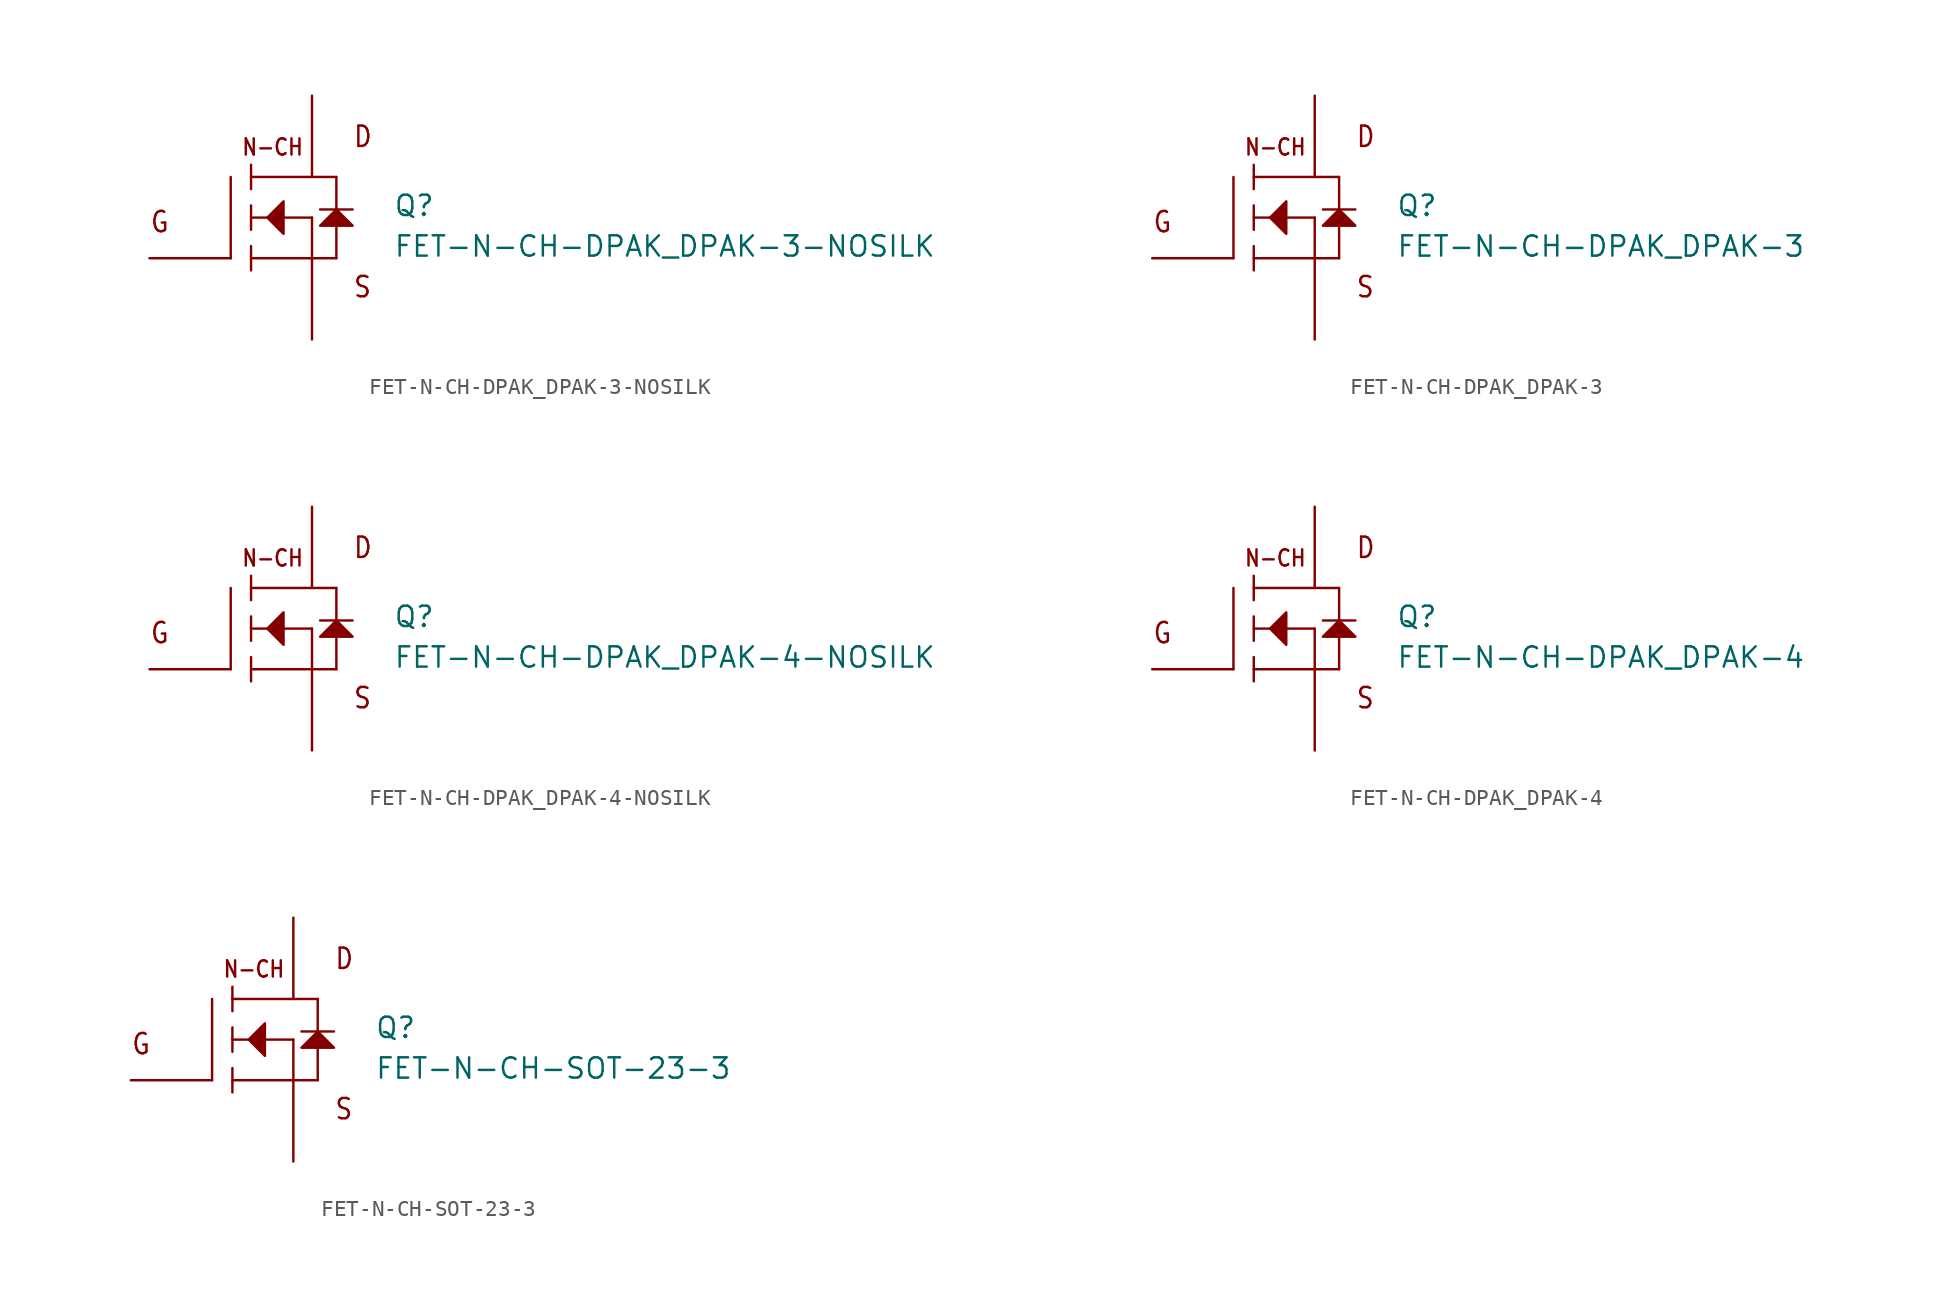
<source format=kicad_sym>
(kicad_symbol_lib
  (version 20211014)
  (generator kicad_symbol_editor)
  (symbol "FET-N-CH-DPAK_DPAK-3-NOSILK"
    (pin_numbers hide)
    (pin_names hide)
    (property "Reference" "Q"
      (at 7.62 0 0)
      (effects (font (size 1.27 1.27)) (justify left bottom)))
    (property "Value" "FET-N-CH-DPAK_DPAK-3-NOSILK"
      (at 7.62 -2.54 0)
      (effects (font (size 1.27 1.27)) (justify left bottom)))
    (property "Datasheet" ""
      (at 0 0 0))
    (property "ki_fp_filters" "FlashPCB_Transistors:DPAK_TO-252-3_NOSILK"
      (at 0 0 0))
    (symbol "FET-N-CH-DPAK_DPAK-3-NOSILK_1_1"
      (text "G" (at -7.62 -1.016 0) (effects (font (size 1.27 1.086)) (justify left bottom)))
      (text "D" (at 5.08 4.318 0) (effects (font (size 1.27 1.086)) (justify left bottom)))
      (text "S" (at 5.08 -5.08 0) (effects (font (size 1.27 1.086)) (justify left bottom)))
      (text "N-CH" (at -1.905 3.81 0) (effects (font (size 1.016 0.869)) (justify left bottom)))
      (polyline (pts (xy -0.254 0) (xy 0.762 1.016) (xy 0.762 -1.016) (xy -0.254 0)) (stroke (width 0.152) (type default)) (fill (type outline)))
      (polyline (pts (xy 3.048 -0.508) (xy 5.08 -0.508) (xy 4.064 0.508) (xy 3.048 -0.508)) (stroke (width 0.152) (type default)) (fill (type outline)))
      (polyline (pts (xy -2.54 -2.54) (xy -2.54 2.54)) (stroke (width 0.152)) (fill (type none)))
      (polyline (pts (xy 2.54 -2.54) (xy -1.27 -2.54)) (stroke (width 0.152)) (fill (type none)))
      (polyline (pts (xy 2.54 -2.54) (xy 2.54 0)) (stroke (width 0.152)) (fill (type none)))
      (polyline (pts (xy 2.54 0) (xy -1.27 0)) (stroke (width 0.152)) (fill (type none)))
      (polyline (pts (xy 4.064 2.54) (xy -1.27 2.54)) (stroke (width 0.152)) (fill (type none)))
      (polyline (pts (xy -1.27 3.302) (xy -1.27 1.778)) (stroke (width 0.152)) (fill (type none)))
      (polyline (pts (xy -1.27 0.762) (xy -1.27 -0.762)) (stroke (width 0.152)) (fill (type none)))
      (polyline (pts (xy -1.27 -1.778) (xy -1.27 -3.302)) (stroke (width 0.152)) (fill (type none)))
      (polyline (pts (xy 2.54 -2.54) (xy 4.064 -2.54)) (stroke (width 0.152)) (fill (type none)))
      (polyline (pts (xy 4.064 -2.54) (xy 4.064 2.54)) (stroke (width 0.152)) (fill (type none)))
      (polyline (pts (xy 3.048 0.508) (xy 5.08 0.508)) (stroke (width 0.152)) (fill (type none)))
      (circle private (center 0 0) (radius 5.68) (stroke (width 0.152) (type default)) (fill (type none)))
      (pin bidirectional line (at -7.62 -2.54 0) (length 5.08) (name "GATE" (effects (font (size 0 0)))) (number "1" (effects (font (size 0 0)))))
      (pin bidirectional line (at 2.54 -7.62 90) (length 5.08) (name "SOURCE" (effects (font (size 0 0)))) (number "3" (effects (font (size 0 0)))))
      (pin bidirectional line (at 2.54 7.62 270) (length 5.08) (name "DRAIN" (effects (font (size 0 0)))) (number "4" (effects (font (size 0 0)))))))
  (symbol "FET-N-CH-DPAK_DPAK-3"
    (pin_numbers hide)
    (pin_names hide)
    (property "Reference" "Q"
      (at 7.62 0 0)
      (effects (font (size 1.27 1.27)) (justify left bottom)))
    (property "Value" "FET-N-CH-DPAK_DPAK-3"
      (at 7.62 -2.54 0)
      (effects (font (size 1.27 1.27)) (justify left bottom)))
    (property "Datasheet" ""
      (at 0 0 0))
    (property "ki_fp_filters" "FlashPCB_Transistors:DPAK_TO-252-3"
      (at 0 0 0))
    (symbol "FET-N-CH-DPAK_DPAK-3_1_1"
      (text "G" (at -7.62 -1.016 0) (effects (font (size 1.27 1.086)) (justify left bottom)))
      (text "D" (at 5.08 4.318 0) (effects (font (size 1.27 1.086)) (justify left bottom)))
      (text "S" (at 5.08 -5.08 0) (effects (font (size 1.27 1.086)) (justify left bottom)))
      (text "N-CH" (at -1.905 3.81 0) (effects (font (size 1.016 0.869)) (justify left bottom)))
      (polyline (pts (xy -0.254 0) (xy 0.762 1.016) (xy 0.762 -1.016) (xy -0.254 0)) (stroke (width 0.152) (type default)) (fill (type outline)))
      (polyline (pts (xy 3.048 -0.508) (xy 5.08 -0.508) (xy 4.064 0.508) (xy 3.048 -0.508)) (stroke (width 0.152) (type default)) (fill (type outline)))
      (polyline (pts (xy -2.54 -2.54) (xy -2.54 2.54)) (stroke (width 0.152)) (fill (type none)))
      (polyline (pts (xy 2.54 -2.54) (xy -1.27 -2.54)) (stroke (width 0.152)) (fill (type none)))
      (polyline (pts (xy 2.54 -2.54) (xy 2.54 0)) (stroke (width 0.152)) (fill (type none)))
      (polyline (pts (xy 2.54 0) (xy -1.27 0)) (stroke (width 0.152)) (fill (type none)))
      (polyline (pts (xy 4.064 2.54) (xy -1.27 2.54)) (stroke (width 0.152)) (fill (type none)))
      (polyline (pts (xy -1.27 3.302) (xy -1.27 1.778)) (stroke (width 0.152)) (fill (type none)))
      (polyline (pts (xy -1.27 0.762) (xy -1.27 -0.762)) (stroke (width 0.152)) (fill (type none)))
      (polyline (pts (xy -1.27 -1.778) (xy -1.27 -3.302)) (stroke (width 0.152)) (fill (type none)))
      (polyline (pts (xy 2.54 -2.54) (xy 4.064 -2.54)) (stroke (width 0.152)) (fill (type none)))
      (polyline (pts (xy 4.064 -2.54) (xy 4.064 2.54)) (stroke (width 0.152)) (fill (type none)))
      (polyline (pts (xy 3.048 0.508) (xy 5.08 0.508)) (stroke (width 0.152)) (fill (type none)))
      (circle private (center 0 0) (radius 5.68) (stroke (width 0.152) (type default)) (fill (type none)))
      (pin bidirectional line (at -7.62 -2.54 0) (length 5.08) (name "GATE" (effects (font (size 0 0)))) (number "1" (effects (font (size 0 0)))))
      (pin bidirectional line (at 2.54 -7.62 90) (length 5.08) (name "SOURCE" (effects (font (size 0 0)))) (number "3" (effects (font (size 0 0)))))
      (pin bidirectional line (at 2.54 7.62 270) (length 5.08) (name "DRAIN" (effects (font (size 0 0)))) (number "4" (effects (font (size 0 0)))))))
  (symbol "FET-N-CH-DPAK_DPAK-4-NOSILK"
    (pin_numbers hide)
    (pin_names hide)
    (property "Reference" "Q"
      (at 7.62 0 0)
      (effects (font (size 1.27 1.27)) (justify left bottom)))
    (property "Value" "FET-N-CH-DPAK_DPAK-4-NOSILK"
      (at 7.62 -2.54 0)
      (effects (font (size 1.27 1.27)) (justify left bottom)))
    (property "Datasheet" ""
      (at 0 0 0))
    (property "ki_fp_filters" "FlashPCB_Transistors:DPAK_TO-252-4_NOSILK"
      (at 0 0 0))
    (symbol "FET-N-CH-DPAK_DPAK-4-NOSILK_1_1"
      (text "G" (at -7.62 -1.016 0) (effects (font (size 1.27 1.086)) (justify left bottom)))
      (text "D" (at 5.08 4.318 0) (effects (font (size 1.27 1.086)) (justify left bottom)))
      (text "S" (at 5.08 -5.08 0) (effects (font (size 1.27 1.086)) (justify left bottom)))
      (text "N-CH" (at -1.905 3.81 0) (effects (font (size 1.016 0.869)) (justify left bottom)))
      (polyline (pts (xy -0.254 0) (xy 0.762 1.016) (xy 0.762 -1.016) (xy -0.254 0)) (stroke (width 0.152) (type default)) (fill (type outline)))
      (polyline (pts (xy 3.048 -0.508) (xy 5.08 -0.508) (xy 4.064 0.508) (xy 3.048 -0.508)) (stroke (width 0.152) (type default)) (fill (type outline)))
      (polyline (pts (xy -2.54 -2.54) (xy -2.54 2.54)) (stroke (width 0.152)) (fill (type none)))
      (polyline (pts (xy 2.54 -2.54) (xy -1.27 -2.54)) (stroke (width 0.152)) (fill (type none)))
      (polyline (pts (xy 2.54 -2.54) (xy 2.54 0)) (stroke (width 0.152)) (fill (type none)))
      (polyline (pts (xy 2.54 0) (xy -1.27 0)) (stroke (width 0.152)) (fill (type none)))
      (polyline (pts (xy 4.064 2.54) (xy -1.27 2.54)) (stroke (width 0.152)) (fill (type none)))
      (polyline (pts (xy -1.27 3.302) (xy -1.27 1.778)) (stroke (width 0.152)) (fill (type none)))
      (polyline (pts (xy -1.27 0.762) (xy -1.27 -0.762)) (stroke (width 0.152)) (fill (type none)))
      (polyline (pts (xy -1.27 -1.778) (xy -1.27 -3.302)) (stroke (width 0.152)) (fill (type none)))
      (polyline (pts (xy 2.54 -2.54) (xy 4.064 -2.54)) (stroke (width 0.152)) (fill (type none)))
      (polyline (pts (xy 4.064 -2.54) (xy 4.064 2.54)) (stroke (width 0.152)) (fill (type none)))
      (polyline (pts (xy 3.048 0.508) (xy 5.08 0.508)) (stroke (width 0.152)) (fill (type none)))
      (circle private (center 0 0) (radius 5.68) (stroke (width 0.152) (type default)) (fill (type none)))
      (pin bidirectional line (at -7.62 -2.54 0) (length 5.08) (name "GATE" (effects (font (size 0 0)))) (number "1" (effects (font (size 0 0)))))
      (pin bidirectional line (at 2.54 -7.62 90) (length 5.08) (name "SOURCE" (effects (font (size 0 0)))) (number "3" (effects (font (size 0 0)))))
      (pin bidirectional line (at 2.54 7.62 270) (length 5.08) (name "DRAIN" (effects (font (size 0 0)))) (number "2" (effects (font (size 0 0)))))
      (pin bidirectional line (at 2.54 7.62 270) (length 5.08) hide (name "DRAIN" (effects (font (size 0 0)))) (number "4" (effects (font (size 0 0)))))))
  (symbol "FET-N-CH-DPAK_DPAK-4"
    (pin_numbers hide)
    (pin_names hide)
    (property "Reference" "Q"
      (at 7.62 0 0)
      (effects (font (size 1.27 1.27)) (justify left bottom)))
    (property "Value" "FET-N-CH-DPAK_DPAK-4"
      (at 7.62 -2.54 0)
      (effects (font (size 1.27 1.27)) (justify left bottom)))
    (property "Datasheet" ""
      (at 0 0 0))
    (property "ki_fp_filters" "FlashPCB_Transistors:DPAK_TO-252-4"
      (at 0 0 0))
    (symbol "FET-N-CH-DPAK_DPAK-4_1_1"
      (text "G" (at -7.62 -1.016 0) (effects (font (size 1.27 1.086)) (justify left bottom)))
      (text "D" (at 5.08 4.318 0) (effects (font (size 1.27 1.086)) (justify left bottom)))
      (text "S" (at 5.08 -5.08 0) (effects (font (size 1.27 1.086)) (justify left bottom)))
      (text "N-CH" (at -1.905 3.81 0) (effects (font (size 1.016 0.869)) (justify left bottom)))
      (polyline (pts (xy -0.254 0) (xy 0.762 1.016) (xy 0.762 -1.016) (xy -0.254 0)) (stroke (width 0.152) (type default)) (fill (type outline)))
      (polyline (pts (xy 3.048 -0.508) (xy 5.08 -0.508) (xy 4.064 0.508) (xy 3.048 -0.508)) (stroke (width 0.152) (type default)) (fill (type outline)))
      (polyline (pts (xy -2.54 -2.54) (xy -2.54 2.54)) (stroke (width 0.152)) (fill (type none)))
      (polyline (pts (xy 2.54 -2.54) (xy -1.27 -2.54)) (stroke (width 0.152)) (fill (type none)))
      (polyline (pts (xy 2.54 -2.54) (xy 2.54 0)) (stroke (width 0.152)) (fill (type none)))
      (polyline (pts (xy 2.54 0) (xy -1.27 0)) (stroke (width 0.152)) (fill (type none)))
      (polyline (pts (xy 4.064 2.54) (xy -1.27 2.54)) (stroke (width 0.152)) (fill (type none)))
      (polyline (pts (xy -1.27 3.302) (xy -1.27 1.778)) (stroke (width 0.152)) (fill (type none)))
      (polyline (pts (xy -1.27 0.762) (xy -1.27 -0.762)) (stroke (width 0.152)) (fill (type none)))
      (polyline (pts (xy -1.27 -1.778) (xy -1.27 -3.302)) (stroke (width 0.152)) (fill (type none)))
      (polyline (pts (xy 2.54 -2.54) (xy 4.064 -2.54)) (stroke (width 0.152)) (fill (type none)))
      (polyline (pts (xy 4.064 -2.54) (xy 4.064 2.54)) (stroke (width 0.152)) (fill (type none)))
      (polyline (pts (xy 3.048 0.508) (xy 5.08 0.508)) (stroke (width 0.152)) (fill (type none)))
      (circle private (center 0 0) (radius 5.68) (stroke (width 0.152) (type default)) (fill (type none)))
      (pin bidirectional line (at -7.62 -2.54 0) (length 5.08) (name "GATE" (effects (font (size 0 0)))) (number "1" (effects (font (size 0 0)))))
      (pin bidirectional line (at 2.54 -7.62 90) (length 5.08) (name "SOURCE" (effects (font (size 0 0)))) (number "3" (effects (font (size 0 0)))))
      (pin bidirectional line (at 2.54 7.62 270) (length 5.08) (name "DRAIN" (effects (font (size 0 0)))) (number "2" (effects (font (size 0 0)))))
      (pin bidirectional line (at 2.54 7.62 270) (length 5.08) hide (name "DRAIN" (effects (font (size 0 0)))) (number "4" (effects (font (size 0 0)))))))
  (symbol "FET-N-CH-SOT-23-3"
    (pin_numbers hide)
    (pin_names hide)
    (property "Reference" "Q"
      (at 7.62 0 0)
      (effects (font (size 1.27 1.27)) (justify left bottom)))
    (property "Value" "FET-N-CH-SOT-23-3"
      (at 7.62 -2.54 0)
      (effects (font (size 1.27 1.27)) (justify left bottom)))
    (property "Datasheet" ""
      (at 0 0 0))
    (property "ki_fp_filters" "FlashPCB_Transistors:SOT-23-3 FlashPCB_Transistors:SOT-23-3_NOSILK"
      (at 0 0 0))
    (symbol "FET-N-CH-SOT-23-3_1_1"
      (text "G" (at -7.62 -1.016 0) (effects (font (size 1.27 1.086)) (justify left bottom)))
      (text "D" (at 5.08 4.318 0) (effects (font (size 1.27 1.086)) (justify left bottom)))
      (text "S" (at 5.08 -5.08 0) (effects (font (size 1.27 1.086)) (justify left bottom)))
      (text "N-CH" (at -1.905 3.81 0) (effects (font (size 1.016 0.869)) (justify left bottom)))
      (polyline (pts (xy -0.254 0) (xy 0.762 1.016) (xy 0.762 -1.016) (xy -0.254 0)) (stroke (width 0.152) (type default)) (fill (type outline)))
      (polyline (pts (xy 3.048 -0.508) (xy 5.08 -0.508) (xy 4.064 0.508) (xy 3.048 -0.508)) (stroke (width 0.152) (type default)) (fill (type outline)))
      (polyline (pts (xy -2.54 -2.54) (xy -2.54 2.54)) (stroke (width 0.152)) (fill (type none)))
      (polyline (pts (xy 2.54 -2.54) (xy -1.27 -2.54)) (stroke (width 0.152)) (fill (type none)))
      (polyline (pts (xy 2.54 -2.54) (xy 2.54 0)) (stroke (width 0.152)) (fill (type none)))
      (polyline (pts (xy 2.54 0) (xy -1.27 0)) (stroke (width 0.152)) (fill (type none)))
      (polyline (pts (xy 4.064 2.54) (xy -1.27 2.54)) (stroke (width 0.152)) (fill (type none)))
      (polyline (pts (xy -1.27 3.302) (xy -1.27 1.778)) (stroke (width 0.152)) (fill (type none)))
      (polyline (pts (xy -1.27 0.762) (xy -1.27 -0.762)) (stroke (width 0.152)) (fill (type none)))
      (polyline (pts (xy -1.27 -1.778) (xy -1.27 -3.302)) (stroke (width 0.152)) (fill (type none)))
      (polyline (pts (xy 2.54 -2.54) (xy 4.064 -2.54)) (stroke (width 0.152)) (fill (type none)))
      (polyline (pts (xy 4.064 -2.54) (xy 4.064 2.54)) (stroke (width 0.152)) (fill (type none)))
      (polyline (pts (xy 3.048 0.508) (xy 5.08 0.508)) (stroke (width 0.152)) (fill (type none)))
      (circle private (center 0 0) (radius 5.68) (stroke (width 0.152) (type default)) (fill (type none)))
      (pin bidirectional line (at -7.62 -2.54 0) (length 5.08) (name "GATE" (effects (font (size 0 0)))) (number "1" (effects (font (size 0 0)))))
      (pin bidirectional line (at 2.54 -7.62 90) (length 5.08) (name "SOURCE" (effects (font (size 0 0)))) (number "2" (effects (font (size 0 0)))))
      (pin bidirectional line (at 2.54 7.62 270) (length 5.08) (name "DRAIN" (effects (font (size 0 0)))) (number "3" (effects (font (size 0 0))))))))
</source>
